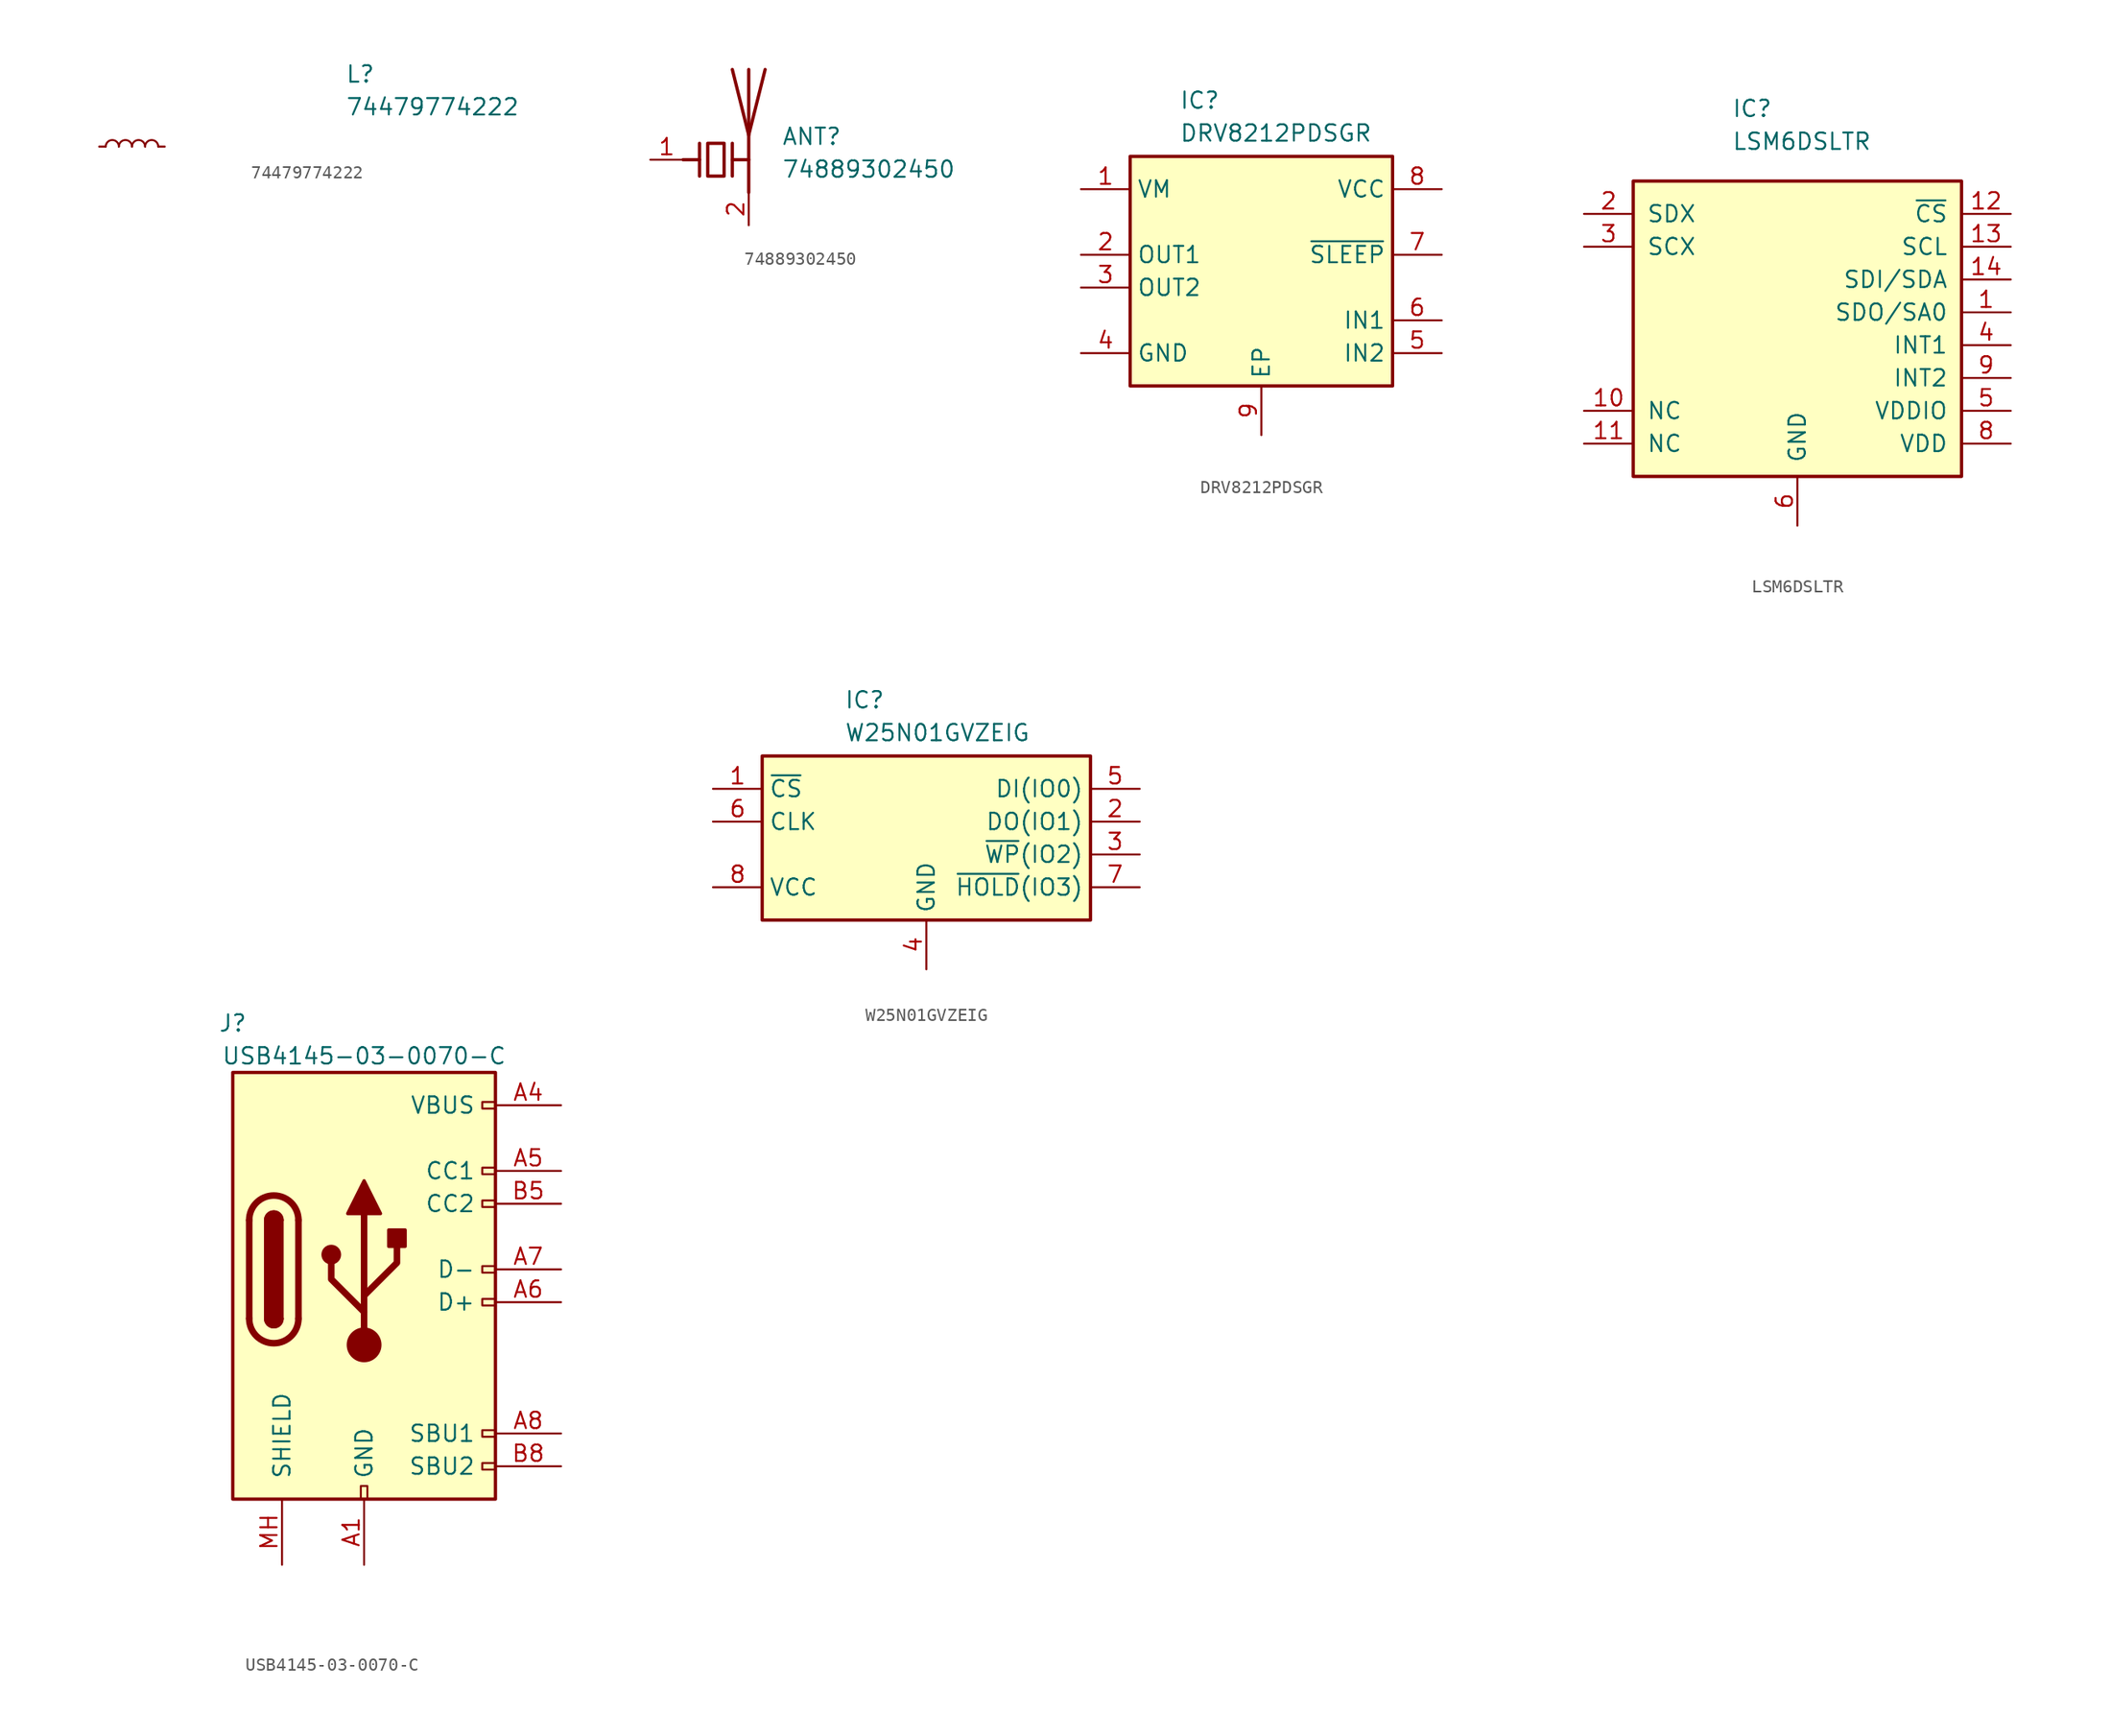
<source format=kicad_sym>
(kicad_symbol_lib
  (version 20220914)
  (generator kicad_symbol_editor)
  (symbol "74479774222"
    (pin_numbers hide)
    (pin_names hide)
    (property "Reference" "L"
      (at 16.51 6.35 0)
      (effects (font (size 1.27 1.27)) (justify left top)))
    (property "Value" "74479774222"
      (at 16.51 3.81 0)
      (effects (font (size 1.27 1.27)) (justify left top)))
    (symbol "74479774222_0_1"
      (arc (start -1.016 0) (mid -1.524 0.5058) (end -2.032 0) (stroke (width 0) (type default)) (fill (type none)))
      (arc (start 0 0) (mid -0.508 0.5058) (end -1.016 0) (stroke (width 0) (type default)) (fill (type none)))
      (arc (start 1.016 0) (mid 0.508 0.5058) (end 0 0) (stroke (width 0) (type default)) (fill (type none)))
      (arc (start 2.032 0) (mid 1.524 0.5058) (end 1.016 0) (stroke (width 0) (type default)) (fill (type none))))
    (symbol "74479774222_1_1"
      (pin passive line (at -2.54 0 0) (length 0.508) (name "~" (effects (font (size 1.27 1.27)))) (number "1" (effects (font (size 1.27 1.27)))))
      (pin passive line (at 2.54 0 180) (length 0.508) (name "~" (effects (font (size 1.27 1.27)))) (number "2" (effects (font (size 1.27 1.27)))))))
  (symbol "74889302450"
    (pin_names hide)
    (property "Reference" "ANT"
      (at 5.08 2.54 0)
      (effects (font (size 1.27 1.27)) (justify left top)))
    (property "Value" "74889302450"
      (at 5.08 0 0)
      (effects (font (size 1.27 1.27)) (justify left top)))
    (symbol "74889302450_0_1"
      (polyline (pts (xy -2.54 0) (xy -1.27 0)) (stroke (width 0.254) (type default)) (fill (type none)))
      (polyline (pts (xy 1.27 0) (xy 2.54 0)) (stroke (width 0.254) (type default)) (fill (type none)))
      (polyline (pts (xy 1.27 1.27) (xy 1.27 -1.27)) (stroke (width 0.254) (type default)) (fill (type none)))
      (polyline (pts (xy 2.54 -0.635) (xy 2.54 0)) (stroke (width 0) (type default)) (fill (type none)))
      (polyline (pts (xy 2.54 6.985) (xy 2.54 -2.54)) (stroke (width 0.254) (type default)) (fill (type none)))
      (polyline (pts (xy -1.27 1.27) (xy -1.27 -1.27) (xy -1.27 0)) (stroke (width 0.254) (type default)) (fill (type none)))
      (polyline (pts (xy 3.81 6.985) (xy 2.54 1.905) (xy 1.27 6.985)) (stroke (width 0.254) (type default)) (fill (type none)))
      (polyline (pts (xy -0.635 1.27) (xy 0.635 1.27) (xy 0.635 -1.27) (xy -0.635 -1.27) (xy -0.635 1.27)) (stroke (width 0.254) (type default)) (fill (type none))))
    (symbol "74889302450_1_1"
      (pin input line (at -5.08 0 0) (length 2.54) (name "FEED" (effects (font (size 1.27 1.27)))) (number "1" (effects (font (size 1.27 1.27)))))
      (pin passive line (at 2.54 -5.08 90) (length 2.54) (name "PCB_Trace" (effects (font (size 1.27 1.27)))) (number "2" (effects (font (size 1.27 1.27)))))))
  (symbol "DRV8212PDSGR"
    (property "Reference" "IC"
      (at -6.35 13.97 0)
      (effects (font (size 1.27 1.27)) (justify left top)))
    (property "Value" "DRV8212PDSGR"
      (at -6.35 11.43 0)
      (effects (font (size 1.27 1.27)) (justify left top)))
    (symbol "DRV8212PDSGR_1_1"
      (rectangle (start -10.16 8.89) (end 10.16 -8.89) (stroke (width 0.254) (type default)) (fill (type background)))
      (pin passive line (at -13.97 6.35 0) (length 3.81) (name "VM" (effects (font (size 1.27 1.27)))) (number "1" (effects (font (size 1.27 1.27)))))
      (pin passive line (at -13.97 1.27 0) (length 3.81) (name "OUT1" (effects (font (size 1.27 1.27)))) (number "2" (effects (font (size 1.27 1.27)))))
      (pin passive line (at -13.97 -1.27 0) (length 3.81) (name "OUT2" (effects (font (size 1.27 1.27)))) (number "3" (effects (font (size 1.27 1.27)))))
      (pin passive line (at -13.97 -6.35 0) (length 3.81) (name "GND" (effects (font (size 1.27 1.27)))) (number "4" (effects (font (size 1.27 1.27)))))
      (pin passive line (at 13.97 -6.35 180) (length 3.81) (name "IN2" (effects (font (size 1.27 1.27)))) (number "5" (effects (font (size 1.27 1.27)))))
      (pin passive line (at 13.97 -3.81 180) (length 3.81) (name "IN1" (effects (font (size 1.27 1.27)))) (number "6" (effects (font (size 1.27 1.27)))))
      (pin passive line (at 13.97 1.27 180) (length 3.81) (name "~{SLEEP}" (effects (font (size 1.27 1.27)))) (number "7" (effects (font (size 1.27 1.27)))))
      (pin passive line (at 13.97 6.35 180) (length 3.81) (name "VCC" (effects (font (size 1.27 1.27)))) (number "8" (effects (font (size 1.27 1.27)))))
      (pin passive line (at 0 -12.7 90) (length 3.81) (name "EP" (effects (font (size 1.27 1.27)))) (number "9" (effects (font (size 1.27 1.27)))))))
  (symbol "LSM6DSLTR"
    (pin_names
      (offset 1.016))
    (property "Reference" "IC"
      (at -5.08 19.05 0)
      (effects (font (size 1.27 1.27)) (justify left top)))
    (property "Value" "LSM6DSLTR"
      (at -5.08 16.51 0)
      (effects (font (size 1.27 1.27)) (justify left top)))
    (symbol "LSM6DSLTR_1_1"
      (rectangle (start -12.7 12.7) (end 12.7 -10.16) (stroke (width 0.254) (type default)) (fill (type background)))
      (pin passive line (at 16.51 2.54 180) (length 3.81) (name "SDO/SA0" (effects (font (size 1.27 1.27)))) (number "1" (effects (font (size 1.27 1.27)))))
      (pin passive line (at -16.51 -5.08 0) (length 3.81) (name "NC" (effects (font (size 1.27 1.27)))) (number "10" (effects (font (size 1.27 1.27)))))
      (pin passive line (at -16.51 -7.62 0) (length 3.81) (name "NC" (effects (font (size 1.27 1.27)))) (number "11" (effects (font (size 1.27 1.27)))))
      (pin passive line (at 16.51 10.16 180) (length 3.81) (name "~{CS}" (effects (font (size 1.27 1.27)))) (number "12" (effects (font (size 1.27 1.27)))))
      (pin passive line (at 16.51 7.62 180) (length 3.81) (name "SCL" (effects (font (size 1.27 1.27)))) (number "13" (effects (font (size 1.27 1.27)))))
      (pin passive line (at 16.51 5.08 180) (length 3.81) (name "SDI/SDA" (effects (font (size 1.27 1.27)))) (number "14" (effects (font (size 1.27 1.27)))))
      (pin passive line (at -16.51 10.16 0) (length 3.81) (name "SDX" (effects (font (size 1.27 1.27)))) (number "2" (effects (font (size 1.27 1.27)))))
      (pin passive line (at -16.51 7.62 0) (length 3.81) (name "SCX" (effects (font (size 1.27 1.27)))) (number "3" (effects (font (size 1.27 1.27)))))
      (pin passive line (at 16.51 0 180) (length 3.81) (name "INT1" (effects (font (size 1.27 1.27)))) (number "4" (effects (font (size 1.27 1.27)))))
      (pin passive line (at 16.51 -5.08 180) (length 3.81) (name "VDDIO" (effects (font (size 1.27 1.27)))) (number "5" (effects (font (size 1.27 1.27)))))
      (pin passive line (at 0 -13.97 90) (length 3.81) (name "GND" (effects (font (size 1.27 1.27)))) (number "6" (effects (font (size 1.27 1.27)))))
      (pin passive line (at 0 -13.97 90) (length 3.81) hide (name "GND" (effects (font (size 1.27 1.27)))) (number "7" (effects (font (size 1.27 1.27)))))
      (pin passive line (at 16.51 -7.62 180) (length 3.81) (name "VDD" (effects (font (size 1.27 1.27)))) (number "8" (effects (font (size 1.27 1.27)))))
      (pin passive line (at 16.51 -2.54 180) (length 3.81) (name "INT2" (effects (font (size 1.27 1.27)))) (number "9" (effects (font (size 1.27 1.27)))))))
  (symbol "USB4145-03-0070-C"
    (pin_names
      (offset 1.524))
    (property "Reference" "J"
      (at -10.16 19.05 0)
      (effects (font (size 1.27 1.27))))
    (property "Value" "USB4145-03-0070-C"
      (at 0 16.51 0)
      (effects (font (size 1.27 1.27))))
    (symbol "USB4145-03-0070-C_0_0"
      (rectangle (start -0.254 -16.764) (end 0.254 -17.78) (stroke (width 0) (type default)) (fill (type none)))
      (rectangle (start 10.16 -14.986) (end 9.144 -15.494) (stroke (width 0) (type default)) (fill (type none)))
      (rectangle (start 10.16 -12.446) (end 9.144 -12.954) (stroke (width 0) (type default)) (fill (type none)))
      (rectangle (start 10.16 -2.286) (end 9.144 -2.794) (stroke (width 0) (type default)) (fill (type none)))
      (rectangle (start 10.16 0.254) (end 9.144 -0.254) (stroke (width 0) (type default)) (fill (type none)))
      (rectangle (start 10.16 5.334) (end 9.144 4.826) (stroke (width 0) (type default)) (fill (type none)))
      (rectangle (start 10.16 7.874) (end 9.144 7.366) (stroke (width 0) (type default)) (fill (type none)))
      (rectangle (start 10.16 12.954) (end 9.144 12.446) (stroke (width 0) (type default)) (fill (type none)))
      (text "" (at -20.32 40.64 0) (effects (font (size 1.27 1.27))))
      (text "" (at -12.7 40.64 0) (effects (font (size 1.27 1.27))))
      (text "" (at -10.16 38.1 0) (effects (font (size 1.27 1.27)))))
    (symbol "USB4145-03-0070-C_0_1"
      (rectangle (start -10.16 15.24) (end 10.16 -17.78) (stroke (width 0.254) (type default)) (fill (type background)))
      (arc (start -8.89 -3.81) (mid -6.985 -5.7067) (end -5.08 -3.81) (stroke (width 0.508) (type default)) (fill (type none)))
      (arc (start -7.62 -3.81) (mid -6.985 -4.4423) (end -6.35 -3.81) (stroke (width 0.254) (type default)) (fill (type none)))
      (arc (start -7.62 -3.81) (mid -6.985 -4.4423) (end -6.35 -3.81) (stroke (width 0.254) (type default)) (fill (type outline)))
      (rectangle (start -7.62 -3.81) (end -6.35 3.81) (stroke (width 0.254) (type default)) (fill (type outline)))
      (arc (start -6.35 3.81) (mid -6.985 4.4423) (end -7.62 3.81) (stroke (width 0.254) (type default)) (fill (type none)))
      (arc (start -6.35 3.81) (mid -6.985 4.4423) (end -7.62 3.81) (stroke (width 0.254) (type default)) (fill (type outline)))
      (arc (start -5.08 3.81) (mid -6.985 5.7067) (end -8.89 3.81) (stroke (width 0.508) (type default)) (fill (type none)))
      (circle (center -2.54 1.143) (radius 0.635) (stroke (width 0.254) (type default)) (fill (type outline)))
      (circle (center 0 -5.842) (radius 1.27) (stroke (width 0) (type default)) (fill (type outline)))
      (polyline (pts (xy -8.89 -3.81) (xy -8.89 3.81)) (stroke (width 0.508) (type default)) (fill (type none)))
      (polyline (pts (xy -5.08 3.81) (xy -5.08 -3.81)) (stroke (width 0.508) (type default)) (fill (type none)))
      (polyline (pts (xy 0 -5.842) (xy 0 4.318)) (stroke (width 0.508) (type default)) (fill (type none)))
      (polyline (pts (xy 0 -3.302) (xy -2.54 -0.762) (xy -2.54 0.508)) (stroke (width 0.508) (type default)) (fill (type none)))
      (polyline (pts (xy 0 -2.032) (xy 2.54 0.508) (xy 2.54 1.778)) (stroke (width 0.508) (type default)) (fill (type none)))
      (polyline (pts (xy -1.27 4.318) (xy 0 6.858) (xy 1.27 4.318) (xy -1.27 4.318)) (stroke (width 0.254) (type default)) (fill (type outline)))
      (rectangle (start 1.905 1.778) (end 3.175 3.048) (stroke (width 0.254) (type default)) (fill (type outline))))
    (symbol "USB4145-03-0070-C_1_0"
      (pin passive line (at -6.35 -22.86 90) (length 5.08) (name "SHIELD" (effects (font (size 1.27 1.27)))) (number "MH" (effects (font (size 1.27 1.27))))))
    (symbol "USB4145-03-0070-C_1_1"
      (pin passive line (at 0 -22.86 90) (length 5.08) (name "GND" (effects (font (size 1.27 1.27)))) (number "A1" (effects (font (size 1.27 1.27)))))
      (pin passive line (at 0 -22.86 90) (length 5.08) hide (name "GND" (effects (font (size 1.27 1.27)))) (number "A12" (effects (font (size 1.27 1.27)))))
      (pin passive line (at 15.24 12.7 180) (length 5.08) (name "VBUS" (effects (font (size 1.27 1.27)))) (number "A4" (effects (font (size 1.27 1.27)))))
      (pin bidirectional line (at 15.24 7.62 180) (length 5.08) (name "CC1" (effects (font (size 1.27 1.27)))) (number "A5" (effects (font (size 1.27 1.27)))))
      (pin bidirectional line (at 15.24 -2.54 180) (length 5.08) (name "D+" (effects (font (size 1.27 1.27)))) (number "A6" (effects (font (size 1.27 1.27)))))
      (pin bidirectional line (at 15.24 0 180) (length 5.08) (name "D-" (effects (font (size 1.27 1.27)))) (number "A7" (effects (font (size 1.27 1.27)))))
      (pin bidirectional line (at 15.24 -12.7 180) (length 5.08) (name "SBU1" (effects (font (size 1.27 1.27)))) (number "A8" (effects (font (size 1.27 1.27)))))
      (pin passive line (at 15.24 12.7 180) (length 5.08) hide (name "VBUS" (effects (font (size 1.27 1.27)))) (number "A9" (effects (font (size 1.27 1.27)))))
      (pin passive line (at 0 -22.86 90) (length 5.08) hide (name "GND" (effects (font (size 1.27 1.27)))) (number "B1" (effects (font (size 1.27 1.27)))))
      (pin passive line (at 0 -22.86 90) (length 5.08) hide (name "GND" (effects (font (size 1.27 1.27)))) (number "B12" (effects (font (size 1.27 1.27)))))
      (pin passive line (at 15.24 12.7 180) (length 5.08) hide (name "VBUS" (effects (font (size 1.27 1.27)))) (number "B4" (effects (font (size 1.27 1.27)))))
      (pin bidirectional line (at 15.24 5.08 180) (length 5.08) (name "CC2" (effects (font (size 1.27 1.27)))) (number "B5" (effects (font (size 1.27 1.27)))))
      (pin bidirectional line (at 15.24 -2.54 180) (length 5.08) hide (name "D+" (effects (font (size 1.27 1.27)))) (number "B6" (effects (font (size 1.27 1.27)))))
      (pin bidirectional line (at 15.24 0 180) (length 5.08) hide (name "D-" (effects (font (size 1.27 1.27)))) (number "B7" (effects (font (size 1.27 1.27)))))
      (pin bidirectional line (at 15.24 -15.24 180) (length 5.08) (name "SBU2" (effects (font (size 1.27 1.27)))) (number "B8" (effects (font (size 1.27 1.27)))))
      (pin passive line (at 15.24 12.7 180) (length 5.08) hide (name "VBUS" (effects (font (size 1.27 1.27)))) (number "B9" (effects (font (size 1.27 1.27)))))))
  (symbol "W25N01GVZEIG"
    (property "Reference" "IC"
      (at -6.35 11.43 0)
      (effects (font (size 1.27 1.27)) (justify left top)))
    (property "Value" "W25N01GVZEIG"
      (at -6.35 8.89 0)
      (effects (font (size 1.27 1.27)) (justify left top)))
    (symbol "W25N01GVZEIG_1_1"
      (rectangle (start -12.7 6.35) (end 12.7 -6.35) (stroke (width 0.254) (type default)) (fill (type background)))
      (pin passive line (at -16.51 3.81 0) (length 3.81) (name "~{CS}" (effects (font (size 1.27 1.27)))) (number "1" (effects (font (size 1.27 1.27)))))
      (pin passive line (at 16.51 1.27 180) (length 3.81) (name "DO(IO1)" (effects (font (size 1.27 1.27)))) (number "2" (effects (font (size 1.27 1.27)))))
      (pin passive line (at 16.51 -1.27 180) (length 3.81) (name "~{WP}(IO2)" (effects (font (size 1.27 1.27)))) (number "3" (effects (font (size 1.27 1.27)))))
      (pin passive line (at 0 -10.16 90) (length 3.81) (name "GND" (effects (font (size 1.27 1.27)))) (number "4" (effects (font (size 1.27 1.27)))))
      (pin passive line (at 16.51 3.81 180) (length 3.81) (name "DI(IO0)" (effects (font (size 1.27 1.27)))) (number "5" (effects (font (size 1.27 1.27)))))
      (pin passive line (at -16.51 1.27 0) (length 3.81) (name "CLK" (effects (font (size 1.27 1.27)))) (number "6" (effects (font (size 1.27 1.27)))))
      (pin passive line (at 16.51 -3.81 180) (length 3.81) (name "~{HOLD}(IO3)" (effects (font (size 1.27 1.27)))) (number "7" (effects (font (size 1.27 1.27)))))
      (pin passive line (at -16.51 -3.81 0) (length 3.81) (name "VCC" (effects (font (size 1.27 1.27)))) (number "8" (effects (font (size 1.27 1.27)))))
      (pin passive line (at 0 -10.16 90) (length 3.81) hide (name "EP" (effects (font (size 1.27 1.27)))) (number "9" (effects (font (size 1.27 1.27))))))))
</source>
